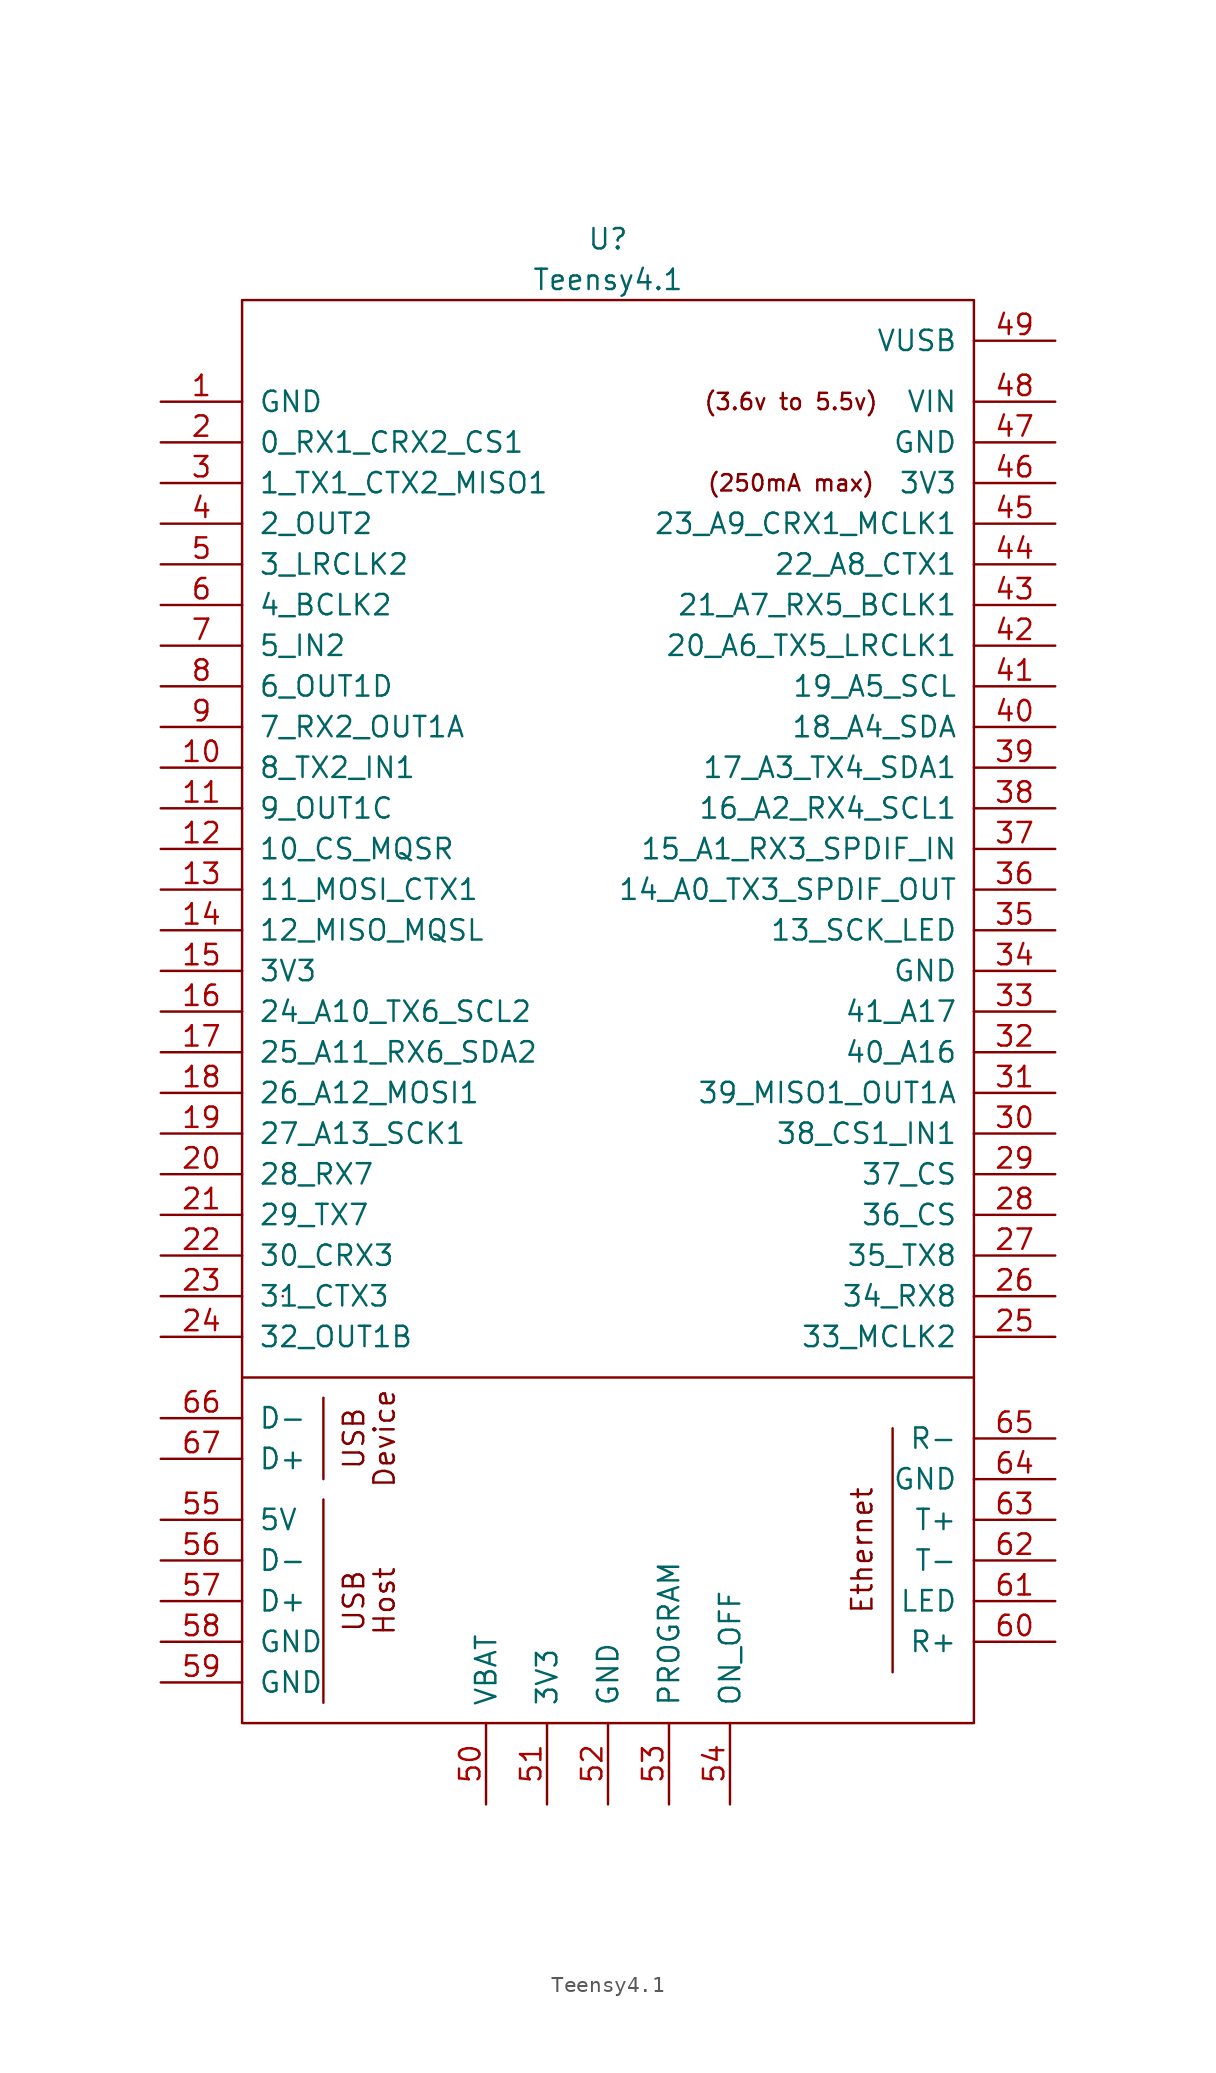
<source format=kicad_sym>
(kicad_symbol_lib
  (version 20241209)
  (generator "kicad_symbol_editor")
  (generator_version "9.0")
  (symbol "Teensy4.1"
    (pin_names
      (offset 1.016))
    (property "Reference" "U"
      (at 0 64.77 0)
      (effects (font (size 1.27 1.27))))
    (property "Value" "Teensy4.1"
      (at 0 62.23 0)
      (effects (font (size 1.27 1.27))))
    (symbol "Teensy4.1_0_0"
      (polyline (pts (xy -22.86 -6.35) (xy 22.86 -6.35)) (stroke (width 0) (type solid)) (fill (type none)))
      (polyline (pts (xy -17.78 -7.62) (xy -17.78 -12.7)) (stroke (width 0) (type solid)) (fill (type none)))
      (polyline (pts (xy -17.78 -26.67) (xy -17.78 -13.97)) (stroke (width 0) (type solid)) (fill (type none)))
      (polyline (pts (xy 17.78 -9.525) (xy 17.78 -24.765)) (stroke (width 0) (type solid)) (fill (type none)))
      (text "USB" (at -15.875 -10.16 900) (effects (font (size 1.27 1.27))))
      (text "USB" (at -15.875 -20.32 900) (effects (font (size 1.27 1.27))))
      (text "Device" (at -13.97 -10.16 900) (effects (font (size 1.27 1.27))))
      (text "Host" (at -13.97 -20.32 900) (effects (font (size 1.27 1.27))))
      (text "(3.6v to 5.5v)" (at 11.43 54.61 0) (effects (font (size 1.016 1.016))))
      (text "(250mA max)" (at 11.43 49.53 0) (effects (font (size 1.016 1.016))))
      (text "Ethernet" (at 15.875 -17.145 900) (effects (font (size 1.27 1.27))))
      (pin bidirectional line (at -27.94 44.45 0) (length 5.08) (name "3_LRCLK2" (effects (font (size 1.27 1.27)))) (number "5" (effects (font (size 1.27 1.27)))))
      (pin bidirectional line (at -27.94 41.91 0) (length 5.08) (name "4_BCLK2" (effects (font (size 1.27 1.27)))) (number "6" (effects (font (size 1.27 1.27)))))
      (pin bidirectional line (at -27.94 39.37 0) (length 5.08) (name "5_IN2" (effects (font (size 1.27 1.27)))) (number "7" (effects (font (size 1.27 1.27)))))
      (pin bidirectional line (at -27.94 36.83 0) (length 5.08) (name "6_OUT1D" (effects (font (size 1.27 1.27)))) (number "8" (effects (font (size 1.27 1.27)))))
      (pin bidirectional line (at -27.94 34.29 0) (length 5.08) (name "7_RX2_OUT1A" (effects (font (size 1.27 1.27)))) (number "9" (effects (font (size 1.27 1.27)))))
      (pin bidirectional line (at -27.94 31.75 0) (length 5.08) (name "8_TX2_IN1" (effects (font (size 1.27 1.27)))) (number "10" (effects (font (size 1.27 1.27)))))
      (pin bidirectional line (at -27.94 29.21 0) (length 5.08) (name "9_OUT1C" (effects (font (size 1.27 1.27)))) (number "11" (effects (font (size 1.27 1.27)))))
      (pin bidirectional line (at -27.94 26.67 0) (length 5.08) (name "10_CS_MQSR" (effects (font (size 1.27 1.27)))) (number "12" (effects (font (size 1.27 1.27)))))
      (pin bidirectional line (at -27.94 24.13 0) (length 5.08) (name "11_MOSI_CTX1" (effects (font (size 1.27 1.27)))) (number "13" (effects (font (size 1.27 1.27)))))
      (pin bidirectional line (at -27.94 21.59 0) (length 5.08) (name "12_MISO_MQSL" (effects (font (size 1.27 1.27)))) (number "14" (effects (font (size 1.27 1.27)))))
      (pin unspecified line (at -27.94 19.05 0) (length 5.08) (name "3V3" (effects (font (size 1.27 1.27)))) (number "15" (effects (font (size 1.27 1.27)))))
      (pin bidirectional line (at -27.94 16.51 0) (length 5.08) (name "24_A10_TX6_SCL2" (effects (font (size 1.27 1.27)))) (number "16" (effects (font (size 1.27 1.27)))))
      (pin bidirectional line (at -27.94 13.97 0) (length 5.08) (name "25_A11_RX6_SDA2" (effects (font (size 1.27 1.27)))) (number "17" (effects (font (size 1.27 1.27)))))
      (pin bidirectional line (at -27.94 11.43 0) (length 5.08) (name "26_A12_MOSI1" (effects (font (size 1.27 1.27)))) (number "18" (effects (font (size 1.27 1.27)))))
      (pin bidirectional line (at -27.94 8.89 0) (length 5.08) (name "27_A13_SCK1" (effects (font (size 1.27 1.27)))) (number "19" (effects (font (size 1.27 1.27)))))
      (pin bidirectional line (at -27.94 6.35 0) (length 5.08) (name "28_RX7" (effects (font (size 1.27 1.27)))) (number "20" (effects (font (size 1.27 1.27)))))
      (pin bidirectional line (at -27.94 3.81 0) (length 5.08) (name "29_TX7" (effects (font (size 1.27 1.27)))) (number "21" (effects (font (size 1.27 1.27)))))
      (pin bidirectional line (at -27.94 1.27 0) (length 5.08) (name "30_CRX3" (effects (font (size 1.27 1.27)))) (number "22" (effects (font (size 1.27 1.27)))))
      (pin bidirectional line (at -27.94 -1.27 0) (length 5.08) (name "31_CTX3" (effects (font (size 1.27 1.27)))) (number "23" (effects (font (size 1.27 1.27)))))
      (pin bidirectional line (at -27.94 -3.81 0) (length 5.08) (name "32_OUT1B" (effects (font (size 1.27 1.27)))) (number "24" (effects (font (size 1.27 1.27)))))
      (pin bidirectional line (at -27.94 -8.89 0) (length 5.08) (name "D-" (effects (font (size 1.27 1.27)))) (number "66" (effects (font (size 1.27 1.27)))))
      (pin bidirectional line (at -27.94 -11.43 0) (length 5.08) (name "D+" (effects (font (size 1.27 1.27)))) (number "67" (effects (font (size 1.27 1.27)))))
      (pin power_out line (at -27.94 -15.24 0) (length 5.08) (name "5V" (effects (font (size 1.27 1.27)))) (number "55" (effects (font (size 1.27 1.27)))))
      (pin bidirectional line (at -27.94 -17.78 0) (length 5.08) (name "D-" (effects (font (size 1.27 1.27)))) (number "56" (effects (font (size 1.27 1.27)))))
      (pin bidirectional line (at -27.94 -20.32 0) (length 5.08) (name "D+" (effects (font (size 1.27 1.27)))) (number "57" (effects (font (size 1.27 1.27)))))
      (pin power_in line (at -27.94 -22.86 0) (length 5.08) (name "GND" (effects (font (size 1.27 1.27)))) (number "58" (effects (font (size 1.27 1.27)))))
      (pin power_in line (at -27.94 -25.4 0) (length 5.08) (name "GND" (effects (font (size 1.27 1.27)))) (number "59" (effects (font (size 1.27 1.27)))))
      (pin power_in line (at -7.62 -33.02 90) (length 5.08) (name "VBAT" (effects (font (size 1.27 1.27)))) (number "50" (effects (font (size 1.27 1.27)))))
      (pin power_in line (at -3.81 -33.02 90) (length 5.08) (name "3V3" (effects (font (size 1.27 1.27)))) (number "51" (effects (font (size 1.27 1.27)))))
      (pin input line (at 0 -33.02 90) (length 5.08) (name "GND" (effects (font (size 1.27 1.27)))) (number "52" (effects (font (size 1.27 1.27)))))
      (pin input line (at 3.81 -33.02 90) (length 5.08) (name "PROGRAM" (effects (font (size 1.27 1.27)))) (number "53" (effects (font (size 1.27 1.27)))))
      (pin input line (at 7.62 -33.02 90) (length 5.08) (name "ON_OFF" (effects (font (size 1.27 1.27)))) (number "54" (effects (font (size 1.27 1.27)))))
      (pin power_out line (at 27.94 58.42 180) (length 5.08) (name "VUSB" (effects (font (size 1.27 1.27)))) (number "49" (effects (font (size 1.27 1.27)))))
      (pin power_in line (at 27.94 54.61 180) (length 5.08) (name "VIN" (effects (font (size 1.27 1.27)))) (number "48" (effects (font (size 1.27 1.27)))))
      (pin bidirectional line (at 27.94 46.99 180) (length 5.08) (name "23_A9_CRX1_MCLK1" (effects (font (size 1.27 1.27)))) (number "45" (effects (font (size 1.27 1.27)))))
      (pin bidirectional line (at 27.94 44.45 180) (length 5.08) (name "22_A8_CTX1" (effects (font (size 1.27 1.27)))) (number "44" (effects (font (size 1.27 1.27)))))
      (pin bidirectional line (at 27.94 41.91 180) (length 5.08) (name "21_A7_RX5_BCLK1" (effects (font (size 1.27 1.27)))) (number "43" (effects (font (size 1.27 1.27)))))
      (pin bidirectional line (at 27.94 39.37 180) (length 5.08) (name "20_A6_TX5_LRCLK1" (effects (font (size 1.27 1.27)))) (number "42" (effects (font (size 1.27 1.27)))))
      (pin bidirectional line (at 27.94 36.83 180) (length 5.08) (name "19_A5_SCL" (effects (font (size 1.27 1.27)))) (number "41" (effects (font (size 1.27 1.27)))))
      (pin bidirectional line (at 27.94 34.29 180) (length 5.08) (name "18_A4_SDA" (effects (font (size 1.27 1.27)))) (number "40" (effects (font (size 1.27 1.27)))))
      (pin bidirectional line (at 27.94 31.75 180) (length 5.08) (name "17_A3_TX4_SDA1" (effects (font (size 1.27 1.27)))) (number "39" (effects (font (size 1.27 1.27)))))
      (pin bidirectional line (at 27.94 29.21 180) (length 5.08) (name "16_A2_RX4_SCL1" (effects (font (size 1.27 1.27)))) (number "38" (effects (font (size 1.27 1.27)))))
      (pin bidirectional line (at 27.94 26.67 180) (length 5.08) (name "15_A1_RX3_SPDIF_IN" (effects (font (size 1.27 1.27)))) (number "37" (effects (font (size 1.27 1.27)))))
      (pin bidirectional line (at 27.94 24.13 180) (length 5.08) (name "14_A0_TX3_SPDIF_OUT" (effects (font (size 1.27 1.27)))) (number "36" (effects (font (size 1.27 1.27)))))
      (pin bidirectional line (at 27.94 21.59 180) (length 5.08) (name "13_SCK_LED" (effects (font (size 1.27 1.27)))) (number "35" (effects (font (size 1.27 1.27)))))
      (pin bidirectional line (at 27.94 16.51 180) (length 5.08) (name "41_A17" (effects (font (size 1.27 1.27)))) (number "33" (effects (font (size 1.27 1.27)))))
      (pin bidirectional line (at 27.94 13.97 180) (length 5.08) (name "40_A16" (effects (font (size 1.27 1.27)))) (number "32" (effects (font (size 1.27 1.27)))))
      (pin bidirectional line (at 27.94 11.43 180) (length 5.08) (name "39_MISO1_OUT1A" (effects (font (size 1.27 1.27)))) (number "31" (effects (font (size 1.27 1.27)))))
      (pin bidirectional line (at 27.94 8.89 180) (length 5.08) (name "38_CS1_IN1" (effects (font (size 1.27 1.27)))) (number "30" (effects (font (size 1.27 1.27)))))
      (pin bidirectional line (at 27.94 6.35 180) (length 5.08) (name "37_CS" (effects (font (size 1.27 1.27)))) (number "29" (effects (font (size 1.27 1.27)))))
      (pin bidirectional line (at 27.94 3.81 180) (length 5.08) (name "36_CS" (effects (font (size 1.27 1.27)))) (number "28" (effects (font (size 1.27 1.27)))))
      (pin bidirectional line (at 27.94 1.27 180) (length 5.08) (name "35_TX8" (effects (font (size 1.27 1.27)))) (number "27" (effects (font (size 1.27 1.27)))))
      (pin bidirectional line (at 27.94 -1.27 180) (length 5.08) (name "34_RX8" (effects (font (size 1.27 1.27)))) (number "26" (effects (font (size 1.27 1.27)))))
      (pin bidirectional line (at 27.94 -3.81 180) (length 5.08) (name "33_MCLK2" (effects (font (size 1.27 1.27)))) (number "25" (effects (font (size 1.27 1.27)))))
      (pin bidirectional line (at 27.94 -10.16 180) (length 5.08) (name "R-" (effects (font (size 1.27 1.27)))) (number "65" (effects (font (size 1.27 1.27)))))
      (pin power_in line (at 27.94 -12.7 180) (length 5.08) (name "GND" (effects (font (size 1.27 1.27)))) (number "64" (effects (font (size 1.27 1.27)))))
      (pin bidirectional line (at 27.94 -15.24 180) (length 5.08) (name "T+" (effects (font (size 1.27 1.27)))) (number "63" (effects (font (size 1.27 1.27)))))
      (pin bidirectional line (at 27.94 -17.78 180) (length 5.08) (name "T-" (effects (font (size 1.27 1.27)))) (number "62" (effects (font (size 1.27 1.27)))))
      (pin bidirectional line (at 27.94 -20.32 180) (length 5.08) (name "LED" (effects (font (size 1.27 1.27)))) (number "61" (effects (font (size 1.27 1.27)))))
      (pin bidirectional line (at 27.94 -22.86 180) (length 5.08) (name "R+" (effects (font (size 1.27 1.27)))) (number "60" (effects (font (size 1.27 1.27))))))
    (symbol "Teensy4.1_0_1"
      (rectangle (start -22.86 60.96) (end 22.86 -27.94) (stroke (width 0) (type solid)) (fill (type none)))
      (rectangle (start -20.32 -1.27) (end -20.32 -1.27) (stroke (width 0) (type solid)) (fill (type none))))
    (symbol "Teensy4.1_1_0"
      (pin power_in line (at 27.94 52.07 180) (length 5.08) (name "GND" (effects (font (size 1.27 1.27)))) (number "47" (effects (font (size 1.27 1.27)))))
      (pin power_out line (at 27.94 49.53 180) (length 5.08) (name "3V3" (effects (font (size 1.27 1.27)))) (number "46" (effects (font (size 1.27 1.27))))))
    (symbol "Teensy4.1_1_1"
      (pin power_in line (at -27.94 54.61 0) (length 5.08) (name "GND" (effects (font (size 1.27 1.27)))) (number "1" (effects (font (size 1.27 1.27)))))
      (pin bidirectional line (at -27.94 52.07 0) (length 5.08) (name "0_RX1_CRX2_CS1" (effects (font (size 1.27 1.27)))) (number "2" (effects (font (size 1.27 1.27)))))
      (pin bidirectional line (at -27.94 49.53 0) (length 5.08) (name "1_TX1_CTX2_MISO1" (effects (font (size 1.27 1.27)))) (number "3" (effects (font (size 1.27 1.27)))))
      (pin bidirectional line (at -27.94 46.99 0) (length 5.08) (name "2_OUT2" (effects (font (size 1.27 1.27)))) (number "4" (effects (font (size 1.27 1.27)))))
      (pin power_in line (at 27.94 19.05 180) (length 5.08) (name "GND" (effects (font (size 1.27 1.27)))) (number "34" (effects (font (size 1.27 1.27))))))))
</source>
